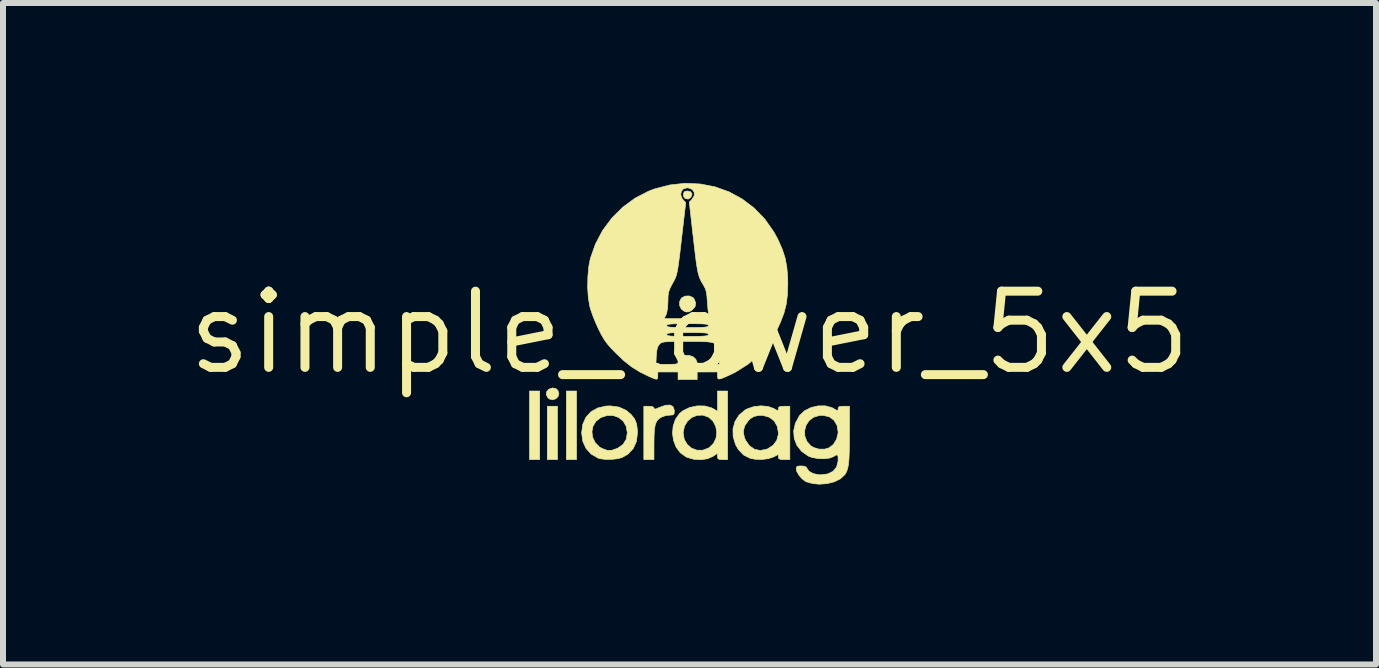
<source format=kicad_pcb>
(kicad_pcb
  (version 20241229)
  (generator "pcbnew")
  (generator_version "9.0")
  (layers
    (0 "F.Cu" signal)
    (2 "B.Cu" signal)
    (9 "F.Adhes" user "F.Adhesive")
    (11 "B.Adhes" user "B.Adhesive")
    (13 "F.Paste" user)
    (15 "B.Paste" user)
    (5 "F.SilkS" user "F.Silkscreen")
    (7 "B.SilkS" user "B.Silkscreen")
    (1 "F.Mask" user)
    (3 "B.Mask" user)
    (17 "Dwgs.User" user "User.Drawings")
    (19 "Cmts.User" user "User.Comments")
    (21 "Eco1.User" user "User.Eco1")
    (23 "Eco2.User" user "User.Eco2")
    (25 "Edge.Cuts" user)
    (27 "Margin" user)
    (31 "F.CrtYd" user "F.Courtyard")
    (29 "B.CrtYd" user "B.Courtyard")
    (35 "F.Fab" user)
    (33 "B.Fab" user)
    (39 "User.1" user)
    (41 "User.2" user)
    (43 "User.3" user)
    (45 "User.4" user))
  (footprint "simple_tower_5x5"
    (layer "F.Cu")
    (at 8.444 2.494)
    (property "Reference" "simple_tower_5x5" (at 0 0 0) (layer "F.SilkS") (effects (font (size 1.27 1.27) (thickness 0.15))))
    (attr through_hole)
    (fp_poly (pts (xy -2.498 2.117) (xy -2.667 2.117) (xy -2.667 0.974) (xy -2.498 0.974) (xy -2.498 2.117)) (stroke (width 0.01) (type solid)) (fill yes) (layer "F.SilkS"))
    (fp_poly (pts (xy -2.201 2.117) (xy -2.371 2.117) (xy -2.371 1.228) (xy -2.201 1.228) (xy -2.201 2.117)) (stroke (width 0.01) (type solid)) (fill yes) (layer "F.SilkS"))
    (fp_poly (pts (xy -1.884 2.117) (xy -2.053 2.117) (xy -2.053 0.974) (xy -1.884 0.974) (xy -1.884 2.117)) (stroke (width 0.01) (type solid)) (fill yes) (layer "F.SilkS"))
    (fp_poly (pts (xy -2.224 0.936) (xy -2.196 0.962) (xy -2.178 1.017) (xy -2.192 1.067) (xy -2.229 1.103) (xy -2.279 1.12) (xy -2.333 1.108) (xy -2.359 1.089) (xy -2.389 1.034) (xy -2.379 0.98) (xy -2.342 0.942) (xy -2.281 0.922) (xy -2.224 0.936)) (stroke (width 0.01) (type solid)) (fill yes) (layer "F.SilkS"))
    (fp_poly (pts (xy 0.021 -2.346) (xy 0.042 -2.309) (xy 0.026 -2.261) (xy 0.02 -2.253) (xy -0.023 -2.225) (xy -0.074 -2.237) (xy -0.081 -2.241) (xy -0.101 -2.274) (xy -0.102 -2.31) (xy -0.088 -2.347) (xy -0.051 -2.359) (xy -0.032 -2.36) (xy 0.021 -2.346)) (stroke (width 0.01) (type solid)) (fill yes) (layer "F.SilkS"))
    (fp_poly (pts (xy 0.054 -0.586) (xy 0.073 -0.567) (xy 0.103 -0.496) (xy 0.092 -0.431) (xy 0.05 -0.383) (xy -0.001 -0.349) (xy -0.045 -0.343) (xy -0.085 -0.353) (xy -0.137 -0.392) (xy -0.165 -0.451) (xy -0.165 -0.517) (xy -0.136 -0.574) (xy -0.131 -0.579) (xy -0.071 -0.609) (xy -0.004 -0.611) (xy 0.054 -0.586)) (stroke (width 0.01) (type solid)) (fill yes) (layer "F.SilkS"))
    (fp_poly (pts (xy -0.276 1.233) (xy -0.255 1.288) (xy -0.254 1.304) (xy -0.257 1.352) (xy -0.276 1.372) (xy -0.323 1.376) (xy -0.329 1.376) (xy -0.401 1.385) (xy -0.466 1.408) (xy -0.514 1.439) (xy -0.548 1.479) (xy -0.571 1.535) (xy -0.585 1.614) (xy -0.591 1.724) (xy -0.593 1.84) (xy -0.593 2.117) (xy -0.762 2.117) (xy -0.762 1.228) (xy -0.677 1.228) (xy -0.618 1.233) (xy -0.594 1.251) (xy -0.593 1.258) (xy -0.586 1.274) (xy -0.56 1.272) (xy -0.507 1.25) (xy -0.503 1.248) (xy -0.401 1.212) (xy -0.325 1.207) (xy -0.276 1.233)) (stroke (width 0.01) (type solid)) (fill yes) (layer "F.SilkS"))
    (fp_poly (pts (xy -1.178 1.241) (xy -1.055 1.297) (xy -0.97 1.369) (xy -0.914 1.442) (xy -0.882 1.524) (xy -0.869 1.63) (xy -0.868 1.674) (xy -0.885 1.815) (xy -0.938 1.932) (xy -1.023 2.024) (xy -1.127 2.084) (xy -1.2 2.103) (xy -1.296 2.113) (xy -1.396 2.114) (xy -1.483 2.104) (xy -1.523 2.093) (xy -1.639 2.026) (xy -1.726 1.93) (xy -1.78 1.81) (xy -1.798 1.672) (xy -1.796 1.652) (xy -1.627 1.652) (xy -1.615 1.746) (xy -1.573 1.834) (xy -1.502 1.906) (xy -1.46 1.931) (xy -1.376 1.962) (xy -1.296 1.962) (xy -1.207 1.931) (xy -1.197 1.927) (xy -1.108 1.864) (xy -1.055 1.778) (xy -1.037 1.669) (xy -1.037 1.669) (xy -1.056 1.562) (xy -1.106 1.476) (xy -1.181 1.415) (xy -1.274 1.383) (xy -1.377 1.383) (xy -1.48 1.417) (xy -1.56 1.479) (xy -1.609 1.56) (xy -1.627 1.652) (xy -1.796 1.652) (xy -1.78 1.531) (xy -1.728 1.413) (xy -1.644 1.321) (xy -1.532 1.257) (xy -1.395 1.225) (xy -1.322 1.222) (xy -1.178 1.241)) (stroke (width 0.01) (type solid)) (fill yes) (layer "F.SilkS"))
    (fp_poly (pts (xy 0.635 2.117) (xy 0.55 2.117) (xy 0.496 2.114) (xy 0.472 2.1) (xy 0.466 2.068) (xy 0.466 2.064) (xy 0.466 2.012) (xy 0.389 2.064) (xy 0.299 2.103) (xy 0.189 2.119) (xy 0.071 2.112) (xy -0.038 2.081) (xy -0.06 2.071) (xy -0.154 2.003) (xy -0.224 1.909) (xy -0.267 1.797) (xy -0.284 1.678) (xy -0.283 1.675) (xy -0.106 1.675) (xy -0.088 1.78) (xy -0.038 1.865) (xy 0.034 1.927) (xy 0.122 1.96) (xy 0.219 1.961) (xy 0.315 1.925) (xy 0.329 1.917) (xy 0.4 1.847) (xy 0.442 1.758) (xy 0.454 1.659) (xy 0.436 1.561) (xy 0.389 1.474) (xy 0.317 1.41) (xy 0.222 1.376) (xy 0.127 1.379) (xy 0.039 1.414) (xy -0.034 1.476) (xy -0.085 1.561) (xy -0.106 1.664) (xy -0.106 1.675) (xy -0.283 1.675) (xy -0.273 1.558) (xy -0.235 1.446) (xy -0.169 1.352) (xy -0.111 1.303) (xy 0.003 1.248) (xy 0.128 1.222) (xy 0.253 1.223) (xy 0.366 1.254) (xy 0.412 1.278) (xy 0.466 1.313) (xy 0.466 0.974) (xy 0.635 0.974) (xy 0.635 2.117)) (stroke (width 0.01) (type solid)) (fill yes) (layer "F.SilkS"))
    (fp_poly (pts (xy 1.307 1.231) (xy 1.404 1.265) (xy 1.408 1.268) (xy 1.455 1.294) (xy 1.476 1.299) (xy 1.481 1.283) (xy 1.482 1.269) (xy 1.488 1.243) (xy 1.515 1.231) (xy 1.572 1.228) (xy 1.577 1.228) (xy 1.672 1.228) (xy 1.672 2.117) (xy 1.577 2.117) (xy 1.517 2.114) (xy 1.489 2.102) (xy 1.482 2.077) (xy 1.482 2.074) (xy 1.482 2.031) (xy 1.398 2.074) (xy 1.312 2.102) (xy 1.205 2.115) (xy 1.094 2.112) (xy 1.012 2.096) (xy 0.903 2.042) (xy 0.815 1.951) (xy 0.767 1.867) (xy 0.727 1.735) (xy 0.725 1.649) (xy 0.896 1.649) (xy 0.914 1.748) (xy 0.934 1.794) (xy 1 1.888) (xy 1.084 1.946) (xy 1.181 1.965) (xy 1.287 1.944) (xy 1.298 1.94) (xy 1.391 1.88) (xy 1.454 1.797) (xy 1.481 1.696) (xy 1.482 1.676) (xy 1.463 1.564) (xy 1.412 1.474) (xy 1.332 1.412) (xy 1.23 1.382) (xy 1.146 1.382) (xy 1.071 1.399) (xy 1.012 1.436) (xy 0.981 1.467) (xy 0.918 1.558) (xy 0.896 1.649) (xy 0.725 1.649) (xy 0.724 1.604) (xy 0.758 1.482) (xy 0.825 1.376) (xy 0.924 1.292) (xy 0.961 1.272) (xy 1.071 1.234) (xy 1.191 1.221) (xy 1.307 1.231)) (stroke (width 0.01) (type solid)) (fill yes) (layer "F.SilkS"))
    (fp_poly (pts (xy 2.373 1.251) (xy 2.399 1.265) (xy 2.448 1.293) (xy 2.47 1.299) (xy 2.476 1.284) (xy 2.477 1.269) (xy 2.483 1.243) (xy 2.509 1.231) (xy 2.567 1.228) (xy 2.572 1.228) (xy 2.667 1.228) (xy 2.666 1.688) (xy 2.665 1.867) (xy 2.662 2.008) (xy 2.657 2.119) (xy 2.648 2.204) (xy 2.635 2.268) (xy 2.618 2.318) (xy 2.595 2.359) (xy 2.588 2.369) (xy 2.516 2.436) (xy 2.414 2.487) (xy 2.293 2.518) (xy 2.163 2.527) (xy 2.072 2.519) (xy 2.003 2.504) (xy 1.945 2.486) (xy 1.931 2.479) (xy 1.875 2.437) (xy 1.824 2.377) (xy 1.788 2.315) (xy 1.778 2.274) (xy 1.783 2.24) (xy 1.806 2.226) (xy 1.859 2.223) (xy 1.861 2.223) (xy 1.92 2.228) (xy 1.95 2.248) (xy 1.958 2.265) (xy 1.994 2.313) (xy 2.061 2.35) (xy 2.15 2.369) (xy 2.191 2.371) (xy 2.307 2.355) (xy 2.394 2.311) (xy 2.452 2.239) (xy 2.476 2.143) (xy 2.477 2.123) (xy 2.475 2.062) (xy 2.464 2.037) (xy 2.437 2.044) (xy 2.401 2.067) (xy 2.334 2.092) (xy 2.243 2.103) (xy 2.141 2.099) (xy 2.045 2.083) (xy 1.979 2.058) (xy 1.868 1.98) (xy 1.79 1.88) (xy 1.745 1.764) (xy 1.736 1.639) (xy 1.737 1.634) (xy 1.919 1.634) (xy 1.922 1.725) (xy 1.955 1.812) (xy 2.019 1.885) (xy 2.066 1.915) (xy 2.154 1.942) (xy 2.251 1.943) (xy 2.328 1.92) (xy 2.399 1.863) (xy 2.451 1.778) (xy 2.475 1.681) (xy 2.477 1.656) (xy 2.459 1.547) (xy 2.408 1.461) (xy 2.33 1.404) (xy 2.228 1.38) (xy 2.165 1.382) (xy 2.067 1.411) (xy 1.993 1.468) (xy 1.943 1.545) (xy 1.919 1.634) (xy 1.737 1.634) (xy 1.764 1.512) (xy 1.83 1.389) (xy 1.835 1.381) (xy 1.917 1.304) (xy 2.023 1.25) (xy 2.142 1.222) (xy 2.263 1.221) (xy 2.373 1.251)) (stroke (width 0.01) (type solid)) (fill yes) (layer "F.SilkS"))
    (fp_poly (pts (xy 0.182 -2.477) (xy 0.427 -2.429) (xy 0.661 -2.345) (xy 0.879 -2.226) (xy 1.078 -2.075) (xy 1.254 -1.893) (xy 1.403 -1.682) (xy 1.472 -1.556) (xy 1.544 -1.394) (xy 1.593 -1.245) (xy 1.622 -1.092) (xy 1.636 -0.922) (xy 1.638 -0.815) (xy 1.632 -0.631) (xy 1.612 -0.473) (xy 1.574 -0.324) (xy 1.515 -0.171) (xy 1.47 -0.074) (xy 1.337 0.152) (xy 1.174 0.351) (xy 0.984 0.521) (xy 0.77 0.657) (xy 0.711 0.686) (xy 0.611 0.733) (xy 0.542 0.762) (xy 0.5 0.774) (xy 0.477 0.77) (xy 0.467 0.75) (xy 0.466 0.721) (xy 0.466 0.656) (xy 0.127 0.656) (xy 0.127 0.783) (xy -0.191 0.783) (xy -0.191 0.656) (xy -0.529 0.656) (xy -0.529 0.72) (xy -0.531 0.758) (xy -0.541 0.776) (xy -0.568 0.775) (xy -0.621 0.755) (xy -0.667 0.735) (xy -0.827 0.657) (xy -0.966 0.571) (xy -1.018 0.529) (xy -0.561 0.529) (xy -0.376 0.529) (xy -0.286 0.528) (xy -0.231 0.525) (xy -0.202 0.516) (xy -0.192 0.502) (xy -0.191 0.49) (xy -0.173 0.435) (xy -0.128 0.398) (xy -0.067 0.38) (xy -0.001 0.382) (xy 0.06 0.403) (xy 0.105 0.445) (xy 0.118 0.477) (xy 0.127 0.502) (xy 0.143 0.518) (xy 0.175 0.526) (xy 0.232 0.529) (xy 0.315 0.529) (xy 0.498 0.529) (xy 0.487 0.383) (xy 0.481 0.309) (xy 0.472 0.252) (xy 0.455 0.211) (xy 0.424 0.182) (xy 0.374 0.164) (xy 0.301 0.154) (xy 0.198 0.149) (xy 0.062 0.148) (xy -0.031 0.148) (xy -0.176 0.148) (xy -0.285 0.149) (xy -0.363 0.152) (xy -0.417 0.156) (xy -0.452 0.163) (xy -0.476 0.172) (xy -0.493 0.186) (xy -0.503 0.196) (xy -0.53 0.237) (xy -0.545 0.296) (xy -0.554 0.384) (xy -0.554 0.386) (xy -0.561 0.529) (xy -1.018 0.529) (xy -1.097 0.467) (xy -1.22 0.35) (xy -1.308 0.26) (xy -1.372 0.186) (xy -1.423 0.115) (xy -1.469 0.036) (xy -1.471 0.032) (xy -0.381 0.032) (xy -0.375 0.044) (xy -0.355 0.052) (xy -0.314 0.058) (xy -0.247 0.061) (xy -0.149 0.063) (xy -0.032 0.064) (xy 0.099 0.063) (xy 0.194 0.061) (xy 0.257 0.057) (xy 0.295 0.051) (xy 0.313 0.042) (xy 0.318 0.032) (xy 0.312 0.02) (xy 0.292 0.011) (xy 0.251 0.005) (xy 0.184 0.002) (xy 0.085 0.000376) (xy -0.032 0) (xy -0.163 0.001) (xy -0.257 0.002) (xy -0.321 0.006) (xy -0.359 0.012) (xy -0.377 0.021) (xy -0.381 0.032) (xy -1.471 0.032) (xy -1.52 -0.064) (xy -1.52 -0.065) (xy -1.543 -0.116) (xy -0.381 -0.116) (xy -0.375 -0.104) (xy -0.355 -0.096) (xy -0.314 -0.09) (xy -0.247 -0.087) (xy -0.149 -0.085) (xy -0.032 -0.085) (xy 0.099 -0.085) (xy 0.194 -0.087) (xy 0.257 -0.091) (xy 0.295 -0.097) (xy 0.313 -0.106) (xy 0.318 -0.116) (xy 0.312 -0.128) (xy 0.292 -0.137) (xy 0.251 -0.143) (xy 0.184 -0.146) (xy 0.085 -0.148) (xy -0.032 -0.148) (xy -0.163 -0.148) (xy -0.257 -0.146) (xy -0.321 -0.142) (xy -0.359 -0.136) (xy -0.377 -0.127) (xy -0.381 -0.116) (xy -1.543 -0.116) (xy -1.568 -0.172) (xy -1.593 -0.233) (xy -0.424 -0.233) (xy -0.041 -0.233) (xy 0.095 -0.233) (xy 0.194 -0.234) (xy 0.262 -0.237) (xy 0.303 -0.241) (xy 0.324 -0.248) (xy 0.33 -0.258) (xy 0.326 -0.27) (xy 0.318 -0.307) (xy 0.309 -0.374) (xy 0.301 -0.46) (xy 0.297 -0.508) (xy 0.29 -0.608) (xy 0.28 -0.678) (xy 0.263 -0.733) (xy 0.236 -0.785) (xy 0.218 -0.815) (xy 0.195 -0.854) (xy 0.176 -0.893) (xy 0.159 -0.939) (xy 0.143 -0.995) (xy 0.129 -1.066) (xy 0.114 -1.158) (xy 0.099 -1.276) (xy 0.081 -1.425) (xy 0.06 -1.609) (xy 0.052 -1.675) (xy -0.004 -2.176) (xy 0.04 -2.22) (xy 0.078 -2.28) (xy 0.078 -2.339) (xy 0.045 -2.386) (xy -0.016 -2.411) (xy -0.043 -2.413) (xy -0.102 -2.396) (xy -0.138 -2.354) (xy -0.146 -2.296) (xy -0.124 -2.234) (xy -0.106 -2.212) (xy -0.063 -2.167) (xy -0.127 -1.618) (xy -0.148 -1.436) (xy -0.165 -1.29) (xy -0.18 -1.176) (xy -0.192 -1.089) (xy -0.204 -1.022) (xy -0.216 -0.97) (xy -0.229 -0.928) (xy -0.245 -0.891) (xy -0.264 -0.854) (xy -0.288 -0.811) (xy -0.326 -0.737) (xy -0.348 -0.676) (xy -0.358 -0.609) (xy -0.36 -0.519) (xy -0.366 -0.404) (xy -0.382 -0.32) (xy -0.392 -0.295) (xy -0.424 -0.233) (xy -1.593 -0.233) (xy -1.612 -0.282) (xy -1.647 -0.381) (xy -1.662 -0.434) (xy -1.687 -0.58) (xy -1.698 -0.75) (xy -1.695 -0.928) (xy -1.68 -1.097) (xy -1.654 -1.233) (xy -1.568 -1.477) (xy -1.448 -1.704) (xy -1.295 -1.909) (xy -1.114 -2.089) (xy -0.909 -2.24) (xy -0.683 -2.357) (xy -0.586 -2.394) (xy -0.328 -2.461) (xy -0.071 -2.489) (xy 0.182 -2.477)) (stroke (width 0.01) (type solid)) (fill yes) (layer "F.SilkS")))
  (gr_rect
    (start -3 -3)
    (end 19.887 8.026)
    (stroke (width 0.1) (type default))
    (fill no)
    (layer "Edge.Cuts")))
</source>
